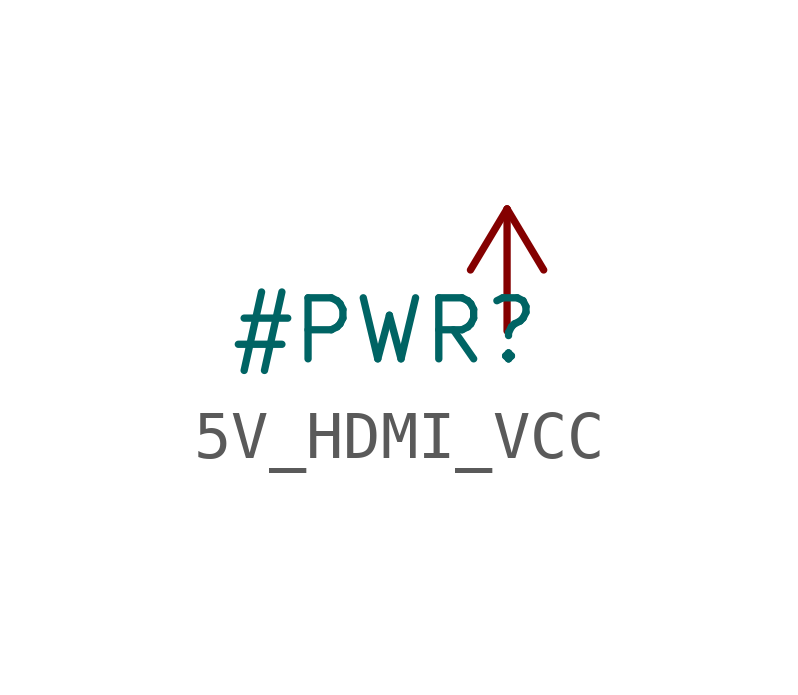
<source format=kicad_sym>
(kicad_symbol_lib
  (version 20231120)
  (generator "kicad_symbol_editor")
  (generator_version "8.0")
  (symbol "5V_HDMI_VCC"
    (property "Reference" "#PWR"
      (at -2.54 0 0)
      (effects (font (size 1.27 1.27))))
    (symbol "5V_HDMI_VCC_0_1"
      (polyline (pts (xy -0.762 1.27) (xy 0 2.54)) (stroke (width 0) (type default)) (fill (type none)))
      (polyline (pts (xy 0 0) (xy 0 2.54)) (stroke (width 0) (type default)) (fill (type none)))
      (polyline (pts (xy 0 2.54) (xy 0.762 1.27)) (stroke (width 0) (type default)) (fill (type none))))
    (symbol "5V_HDMI_VCC_1_1"
      (pin power_in line (at 0 0 90) (length 0) hide (name "5V_HDMI_VCC" (effects (font (size 1.27 1.27)))) (number "1" (effects (font (size 1.27 1.27))))))))
</source>
